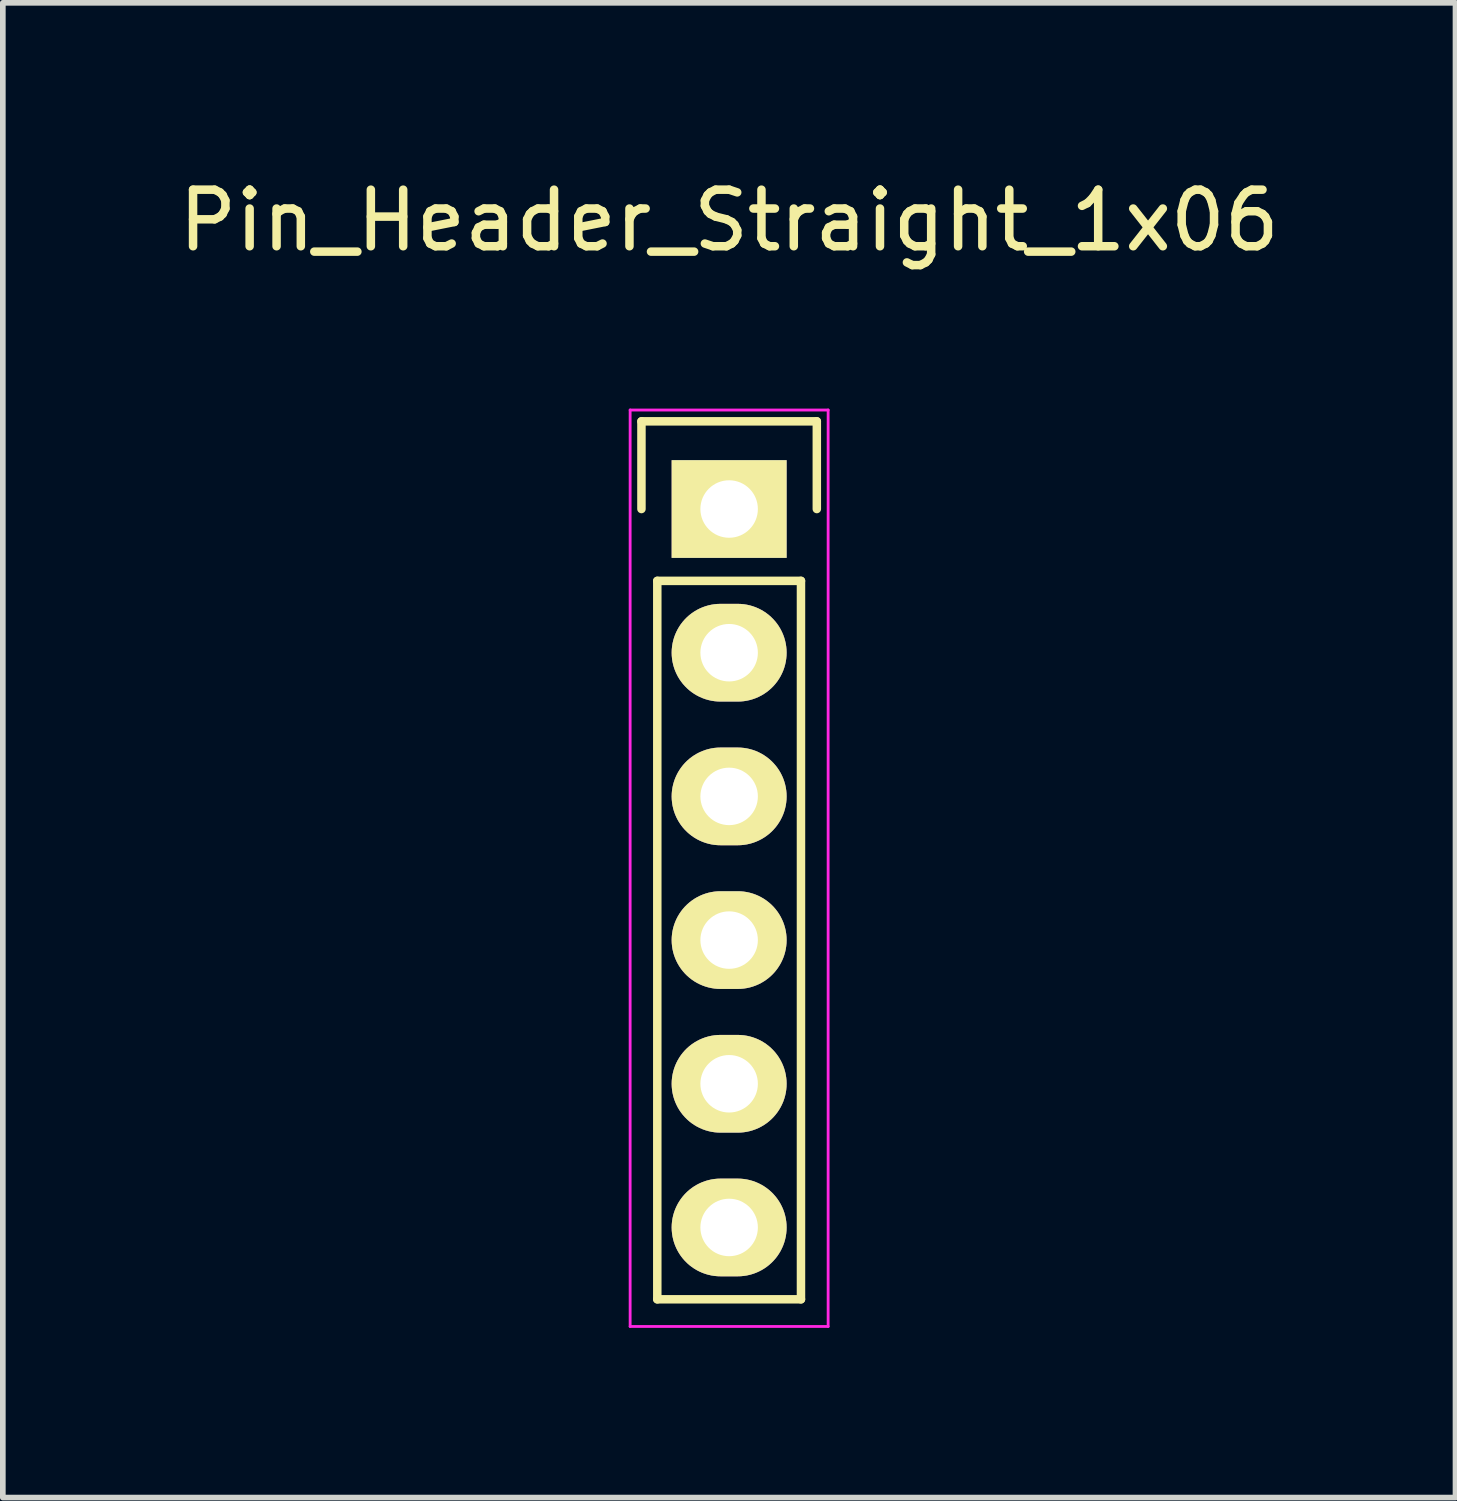
<source format=kicad_pcb>
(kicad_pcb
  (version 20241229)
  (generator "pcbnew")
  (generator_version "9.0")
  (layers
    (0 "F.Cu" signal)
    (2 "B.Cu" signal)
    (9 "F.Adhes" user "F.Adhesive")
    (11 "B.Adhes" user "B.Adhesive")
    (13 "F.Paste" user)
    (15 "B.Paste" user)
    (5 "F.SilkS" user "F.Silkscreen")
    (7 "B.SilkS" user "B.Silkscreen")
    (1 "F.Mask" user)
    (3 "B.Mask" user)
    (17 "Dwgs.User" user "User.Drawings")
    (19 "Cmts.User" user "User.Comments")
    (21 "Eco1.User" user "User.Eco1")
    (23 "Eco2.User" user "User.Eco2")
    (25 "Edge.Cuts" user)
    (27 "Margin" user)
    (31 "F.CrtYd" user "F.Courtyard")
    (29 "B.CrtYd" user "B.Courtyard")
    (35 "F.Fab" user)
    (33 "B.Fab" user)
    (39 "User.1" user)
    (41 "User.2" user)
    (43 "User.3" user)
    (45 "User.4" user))
  (footprint "Pin_Header_Straight_1x06"
    (layer "F.Cu")
    (at 9.839 5.948)
    (property "Reference" "Pin_Header_Straight_1x06" (at 0 -5.1 0) (layer "F.SilkS") (effects (font (size 1 1) (thickness 0.15))))
    (attr through_hole)
    (fp_line (start -1.55 -1.55) (end 1.55 -1.55) (stroke (width 0.15) (type solid)) (layer "F.SilkS"))
    (fp_line (start -1.55 0) (end -1.55 -1.55) (stroke (width 0.15) (type solid)) (layer "F.SilkS"))
    (fp_line (start -1.27 13.97) (end -1.27 1.27) (stroke (width 0.15) (type solid)) (layer "F.SilkS"))
    (fp_line (start 1.27 1.27) (end -1.27 1.27) (stroke (width 0.15) (type solid)) (layer "F.SilkS"))
    (fp_line (start 1.27 1.27) (end 1.27 13.97) (stroke (width 0.15) (type solid)) (layer "F.SilkS"))
    (fp_line (start 1.27 13.97) (end -1.27 13.97) (stroke (width 0.15) (type solid)) (layer "F.SilkS"))
    (fp_line (start 1.55 -1.55) (end 1.55 0) (stroke (width 0.15) (type solid)) (layer "F.SilkS"))
    (fp_line (start -1.75 -1.75) (end -1.75 14.45) (stroke (width 0.05) (type solid)) (layer "F.CrtYd"))
    (fp_line (start -1.75 -1.75) (end 1.75 -1.75) (stroke (width 0.05) (type solid)) (layer "F.CrtYd"))
    (fp_line (start -1.75 14.45) (end 1.75 14.45) (stroke (width 0.05) (type solid)) (layer "F.CrtYd"))
    (fp_line (start 1.75 -1.75) (end 1.75 14.45) (stroke (width 0.05) (type solid)) (layer "F.CrtYd"))
    (pad "1" thru_hole rect (at 0 0) (size 2.032 1.727) (drill 1.016) (layers "*.Cu" "*.Mask" "F.SilkS"))
    (pad "2" thru_hole oval (at 0 2.54) (size 2.032 1.727) (drill 1.016) (layers "*.Cu" "*.Mask" "F.SilkS"))
    (pad "3" thru_hole oval (at 0 5.08) (size 2.032 1.727) (drill 1.016) (layers "*.Cu" "*.Mask" "F.SilkS"))
    (pad "4" thru_hole oval (at 0 7.62) (size 2.032 1.727) (drill 1.016) (layers "*.Cu" "*.Mask" "F.SilkS"))
    (pad "5" thru_hole oval (at 0 10.16) (size 2.032 1.727) (drill 1.016) (layers "*.Cu" "*.Mask" "F.SilkS"))
    (pad "6" thru_hole oval (at 0 12.7) (size 2.032 1.727) (drill 1.016) (layers "*.Cu" "*.Mask" "F.SilkS")))
  (gr_rect
    (start -3 -3)
    (end 22.679 23.423)
    (stroke (width 0.1) (type default))
    (fill no)
    (layer "Edge.Cuts")))
</source>
